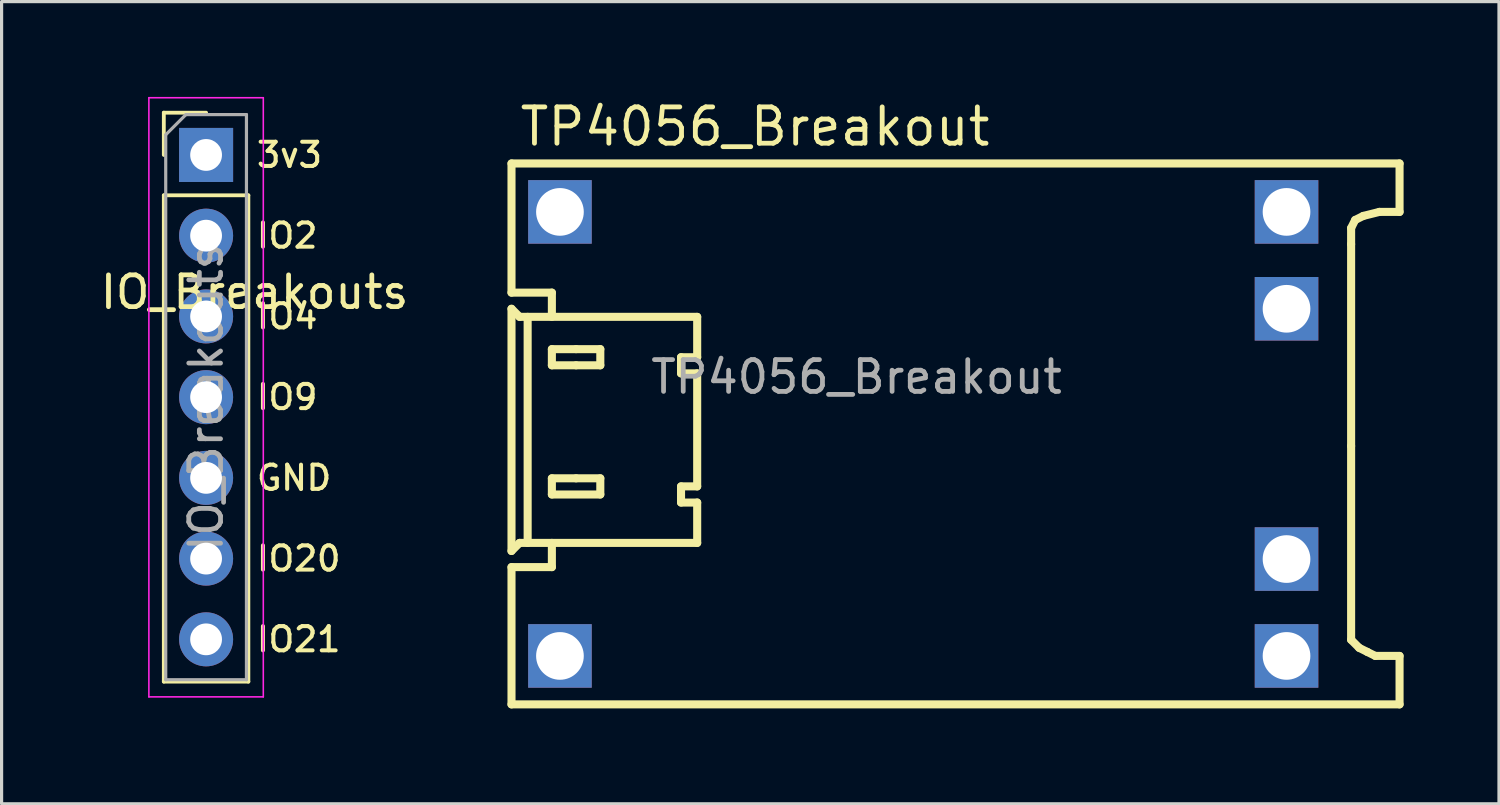
<source format=kicad_pcb>
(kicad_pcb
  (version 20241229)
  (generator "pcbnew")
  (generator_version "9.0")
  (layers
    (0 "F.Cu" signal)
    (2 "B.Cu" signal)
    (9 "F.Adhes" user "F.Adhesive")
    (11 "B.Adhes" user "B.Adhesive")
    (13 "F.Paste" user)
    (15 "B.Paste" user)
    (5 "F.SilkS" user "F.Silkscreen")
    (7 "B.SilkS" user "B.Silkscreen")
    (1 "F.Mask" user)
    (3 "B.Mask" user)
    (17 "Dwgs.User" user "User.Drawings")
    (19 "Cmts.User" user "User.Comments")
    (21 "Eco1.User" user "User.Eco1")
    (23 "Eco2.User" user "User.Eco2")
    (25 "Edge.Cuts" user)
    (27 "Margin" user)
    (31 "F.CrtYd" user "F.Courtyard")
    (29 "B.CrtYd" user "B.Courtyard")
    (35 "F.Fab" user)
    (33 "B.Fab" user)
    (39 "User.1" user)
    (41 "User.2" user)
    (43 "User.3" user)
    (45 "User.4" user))
  (footprint "TP4056_Breakout"
    (layer "F.Cu")
    (at 26.946 10.587)
    (property "Reference" "TP4056_Breakout" (at -13.716 -9.652 0) (layer "F.SilkS") (effects (font (size 1.143 1.143) (thickness 0.152)) (justify left)))
    (attr through_hole)
    (fp_line (start -13.903 -8.494) (end -13.903 -4.43) (stroke (width 0.254) (type solid)) (layer "F.SilkS"))
    (fp_line (start -13.903 -4.43) (end -12.633 -4.43) (stroke (width 0.254) (type solid)) (layer "F.SilkS"))
    (fp_line (start -13.903 -3.922) (end -13.649 -3.668) (stroke (width 0.254) (type solid)) (layer "F.SilkS"))
    (fp_line (start -13.903 3.698) (end -13.903 -3.922) (stroke (width 0.254) (type solid)) (layer "F.SilkS"))
    (fp_line (start -13.903 4.206) (end -13.903 8.524) (stroke (width 0.254) (type solid)) (layer "F.SilkS"))
    (fp_line (start -13.903 8.524) (end 14.037 8.524) (stroke (width 0.254) (type solid)) (layer "F.SilkS"))
    (fp_line (start -13.649 -3.668) (end -8.061 -3.668) (stroke (width 0.254) (type solid)) (layer "F.SilkS"))
    (fp_line (start -13.649 3.444) (end -13.903 3.698) (stroke (width 0.254) (type solid)) (layer "F.SilkS"))
    (fp_line (start -13.395 -3.668) (end -13.395 3.444) (stroke (width 0.254) (type solid)) (layer "F.SilkS"))
    (fp_line (start -12.633 -4.43) (end -12.633 -3.668) (stroke (width 0.254) (type solid)) (layer "F.SilkS"))
    (fp_line (start -12.633 -2.652) (end -11.871 -2.652) (stroke (width 0.254) (type solid)) (layer "F.SilkS"))
    (fp_line (start -12.633 -2.144) (end -12.633 -2.652) (stroke (width 0.254) (type solid)) (layer "F.SilkS"))
    (fp_line (start -12.633 1.412) (end -12.633 1.92) (stroke (width 0.254) (type solid)) (layer "F.SilkS"))
    (fp_line (start -12.633 1.92) (end -11.109 1.92) (stroke (width 0.254) (type solid)) (layer "F.SilkS"))
    (fp_line (start -12.633 3.444) (end -12.633 4.206) (stroke (width 0.254) (type solid)) (layer "F.SilkS"))
    (fp_line (start -12.633 4.206) (end -13.903 4.206) (stroke (width 0.254) (type solid)) (layer "F.SilkS"))
    (fp_line (start -11.871 -2.652) (end -11.109 -2.652) (stroke (width 0.254) (type solid)) (layer "F.SilkS"))
    (fp_line (start -11.871 -2.144) (end -12.633 -2.144) (stroke (width 0.254) (type solid)) (layer "F.SilkS"))
    (fp_line (start -11.871 1.412) (end -12.633 1.412) (stroke (width 0.254) (type solid)) (layer "F.SilkS"))
    (fp_line (start -11.109 -2.652) (end -11.109 -2.144) (stroke (width 0.254) (type solid)) (layer "F.SilkS"))
    (fp_line (start -11.109 -2.144) (end -11.871 -2.144) (stroke (width 0.254) (type solid)) (layer "F.SilkS"))
    (fp_line (start -11.109 1.412) (end -11.871 1.412) (stroke (width 0.254) (type solid)) (layer "F.SilkS"))
    (fp_line (start -11.109 1.92) (end -11.109 1.412) (stroke (width 0.254) (type solid)) (layer "F.SilkS"))
    (fp_line (start -8.569 -2.398) (end -8.569 -1.89) (stroke (width 0.254) (type solid)) (layer "F.SilkS"))
    (fp_line (start -8.569 -1.89) (end -8.061 -1.89) (stroke (width 0.254) (type solid)) (layer "F.SilkS"))
    (fp_line (start -8.569 1.666) (end -8.569 2.174) (stroke (width 0.254) (type solid)) (layer "F.SilkS"))
    (fp_line (start -8.569 2.174) (end -8.061 2.174) (stroke (width 0.254) (type solid)) (layer "F.SilkS"))
    (fp_line (start -8.061 -3.668) (end -8.061 -2.398) (stroke (width 0.254) (type solid)) (layer "F.SilkS"))
    (fp_line (start -8.061 -2.398) (end -8.569 -2.398) (stroke (width 0.254) (type solid)) (layer "F.SilkS"))
    (fp_line (start -8.061 -1.89) (end -8.061 1.666) (stroke (width 0.254) (type solid)) (layer "F.SilkS"))
    (fp_line (start -8.061 1.666) (end -8.569 1.666) (stroke (width 0.254) (type solid)) (layer "F.SilkS"))
    (fp_line (start -8.061 2.174) (end -8.061 3.444) (stroke (width 0.254) (type solid)) (layer "F.SilkS"))
    (fp_line (start -8.061 3.444) (end -13.649 3.444) (stroke (width 0.254) (type solid)) (layer "F.SilkS"))
    (fp_line (start 12.513 -6.462) (end 12.64 -6.716) (stroke (width 0.254) (type solid)) (layer "F.SilkS"))
    (fp_line (start 12.513 -5.954) (end 12.513 -6.462) (stroke (width 0.254) (type solid)) (layer "F.SilkS"))
    (fp_line (start 12.513 0.396) (end 12.513 -5.954) (stroke (width 0.254) (type solid)) (layer "F.SilkS"))
    (fp_line (start 12.513 6.492) (end 12.513 0.396) (stroke (width 0.254) (type solid)) (layer "F.SilkS"))
    (fp_line (start 12.64 -6.716) (end 12.894 -6.843) (stroke (width 0.254) (type solid)) (layer "F.SilkS"))
    (fp_line (start 12.767 6.746) (end 12.513 6.492) (stroke (width 0.254) (type solid)) (layer "F.SilkS"))
    (fp_line (start 12.894 -6.843) (end 13.402 -6.97) (stroke (width 0.254) (type solid)) (layer "F.SilkS"))
    (fp_line (start 13.021 6.873) (end 12.767 6.746) (stroke (width 0.254) (type solid)) (layer "F.SilkS"))
    (fp_line (start 13.275 7) (end 13.021 6.873) (stroke (width 0.254) (type solid)) (layer "F.SilkS"))
    (fp_line (start 13.402 -6.97) (end 14.037 -6.97) (stroke (width 0.254) (type solid)) (layer "F.SilkS"))
    (fp_line (start 14.037 -8.494) (end -13.903 -8.494) (stroke (width 0.254) (type solid)) (layer "F.SilkS"))
    (fp_line (start 14.037 -6.97) (end 14.037 -8.494) (stroke (width 0.254) (type solid)) (layer "F.SilkS"))
    (fp_line (start 14.037 7) (end 13.275 7) (stroke (width 0.254) (type solid)) (layer "F.SilkS"))
    (fp_line (start 14.037 8.524) (end 14.037 7) (stroke (width 0.254) (type solid)) (layer "F.SilkS"))
    (fp_text user "${REFERENCE}" (at -3.048 -1.778 0) (layer "F.Fab") (effects (font (size 1 1) (thickness 0.15))))
    (pad "1" thru_hole rect (at -12.379 -6.97) (size 2 2) (drill 1.5) (layers "*.Cu" "*.Paste" "*.Mask"))
    (pad "2" thru_hole rect (at -12.379 7) (size 2 2) (drill 1.5) (layers "*.Cu" "*.Paste" "*.Mask"))
    (pad "3" thru_hole rect (at 10.481 7) (size 2 2) (drill 1.5) (layers "*.Cu" "*.Paste" "*.Mask"))
    (pad "4" thru_hole rect (at 10.481 3.952) (size 2 2) (drill 1.5) (layers "*.Cu" "*.Paste" "*.Mask"))
    (pad "5" thru_hole rect (at 10.481 -3.922) (size 2 2) (drill 1.5) (layers "*.Cu" "*.Paste" "*.Mask"))
    (pad "6" thru_hole rect (at 10.481 -6.97) (size 2 2) (drill 1.5) (layers "*.Cu" "*.Paste" "*.Mask")))
  (footprint "IO_Breakouts"
    (layer "F.Cu")
    (at 3.434 1.825)
    (property "Reference" "IO_Breakouts" (at 1.524 4.318 0) (layer "F.SilkS") (effects (font (size 1 1) (thickness 0.15))))
    (attr through_hole)
    (fp_line (start -1.33 -1.33) (end 0 -1.33) (stroke (width 0.12) (type solid)) (layer "F.SilkS"))
    (fp_line (start -1.33 0) (end -1.33 -1.33) (stroke (width 0.12) (type solid)) (layer "F.SilkS"))
    (fp_line (start -1.33 1.27) (end -1.33 16.57) (stroke (width 0.12) (type solid)) (layer "F.SilkS"))
    (fp_line (start -1.33 1.27) (end 1.33 1.27) (stroke (width 0.12) (type solid)) (layer "F.SilkS"))
    (fp_line (start -1.33 16.57) (end 1.33 16.57) (stroke (width 0.12) (type solid)) (layer "F.SilkS"))
    (fp_line (start 1.33 1.27) (end 1.33 16.57) (stroke (width 0.12) (type solid)) (layer "F.SilkS"))
    (fp_line (start -1.8 -1.8) (end -1.8 17.05) (stroke (width 0.05) (type solid)) (layer "F.CrtYd"))
    (fp_line (start -1.8 17.05) (end 1.8 17.05) (stroke (width 0.05) (type solid)) (layer "F.CrtYd"))
    (fp_line (start 1.8 -1.8) (end -1.8 -1.8) (stroke (width 0.05) (type solid)) (layer "F.CrtYd"))
    (fp_line (start 1.8 17.05) (end 1.8 -1.8) (stroke (width 0.05) (type solid)) (layer "F.CrtYd"))
    (fp_line (start -1.27 -0.635) (end -0.635 -1.27) (stroke (width 0.1) (type solid)) (layer "F.Fab"))
    (fp_line (start -1.27 16.51) (end -1.27 -0.635) (stroke (width 0.1) (type solid)) (layer "F.Fab"))
    (fp_line (start -0.635 -1.27) (end 1.27 -1.27) (stroke (width 0.1) (type solid)) (layer "F.Fab"))
    (fp_line (start 1.27 -1.27) (end 1.27 16.51) (stroke (width 0.1) (type solid)) (layer "F.Fab"))
    (fp_line (start 1.27 16.51) (end -1.27 16.51) (stroke (width 0.1) (type solid)) (layer "F.Fab"))
    (fp_text user "IO4" (at 1.524 5.08 0) (unlocked yes) (layer "F.SilkS") (effects (font (size 0.762 0.762) (thickness 0.127)) (justify left)))
    (fp_text user "IO2" (at 1.524 2.54 0) (unlocked yes) (layer "F.SilkS") (effects (font (size 0.762 0.762) (thickness 0.127)) (justify left)))
    (fp_text user "IO21" (at 1.524 15.24 0) (unlocked yes) (layer "F.SilkS") (effects (font (size 0.762 0.762) (thickness 0.127)) (justify left)))
    (fp_text user "GND" (at 1.524 10.16 0) (unlocked yes) (layer "F.SilkS") (effects (font (size 0.762 0.762) (thickness 0.127)) (justify left)))
    (fp_text user "3v3" (at 1.524 0 0) (unlocked yes) (layer "F.SilkS") (effects (font (size 0.762 0.762) (thickness 0.127)) (justify left)))
    (fp_text user "IO9" (at 1.524 7.62 0) (unlocked yes) (layer "F.SilkS") (effects (font (size 0.762 0.762) (thickness 0.127)) (justify left)))
    (fp_text user "IO20" (at 1.524 12.7 0) (unlocked yes) (layer "F.SilkS") (effects (font (size 0.762 0.762) (thickness 0.127)) (justify left)))
    (fp_text user "${REFERENCE}" (at 0 7.62 90) (layer "F.Fab") (effects (font (size 1 1) (thickness 0.15))))
    (pad "1" thru_hole rect (at 0 0) (size 1.7 1.7) (drill 1) (layers "*.Cu" "*.Mask"))
    (pad "2" thru_hole oval (at 0 2.54) (size 1.7 1.7) (drill 1) (layers "*.Cu" "*.Mask"))
    (pad "3" thru_hole oval (at 0 5.08) (size 1.7 1.7) (drill 1) (layers "*.Cu" "*.Mask"))
    (pad "4" thru_hole oval (at 0 7.62) (size 1.7 1.7) (drill 1) (layers "*.Cu" "*.Mask"))
    (pad "5" thru_hole oval (at 0 10.16) (size 1.7 1.7) (drill 1) (layers "*.Cu" "*.Mask"))
    (pad "6" thru_hole oval (at 0 12.7) (size 1.7 1.7) (drill 1) (layers "*.Cu" "*.Mask"))
    (pad "7" thru_hole oval (at 0 15.24) (size 1.7 1.7) (drill 1) (layers "*.Cu" "*.Mask")))
  (gr_rect
    (start -3 -3)
    (end 44.111 22.238)
    (stroke (width 0.1) (type default))
    (fill no)
    (layer "Edge.Cuts")))
</source>
